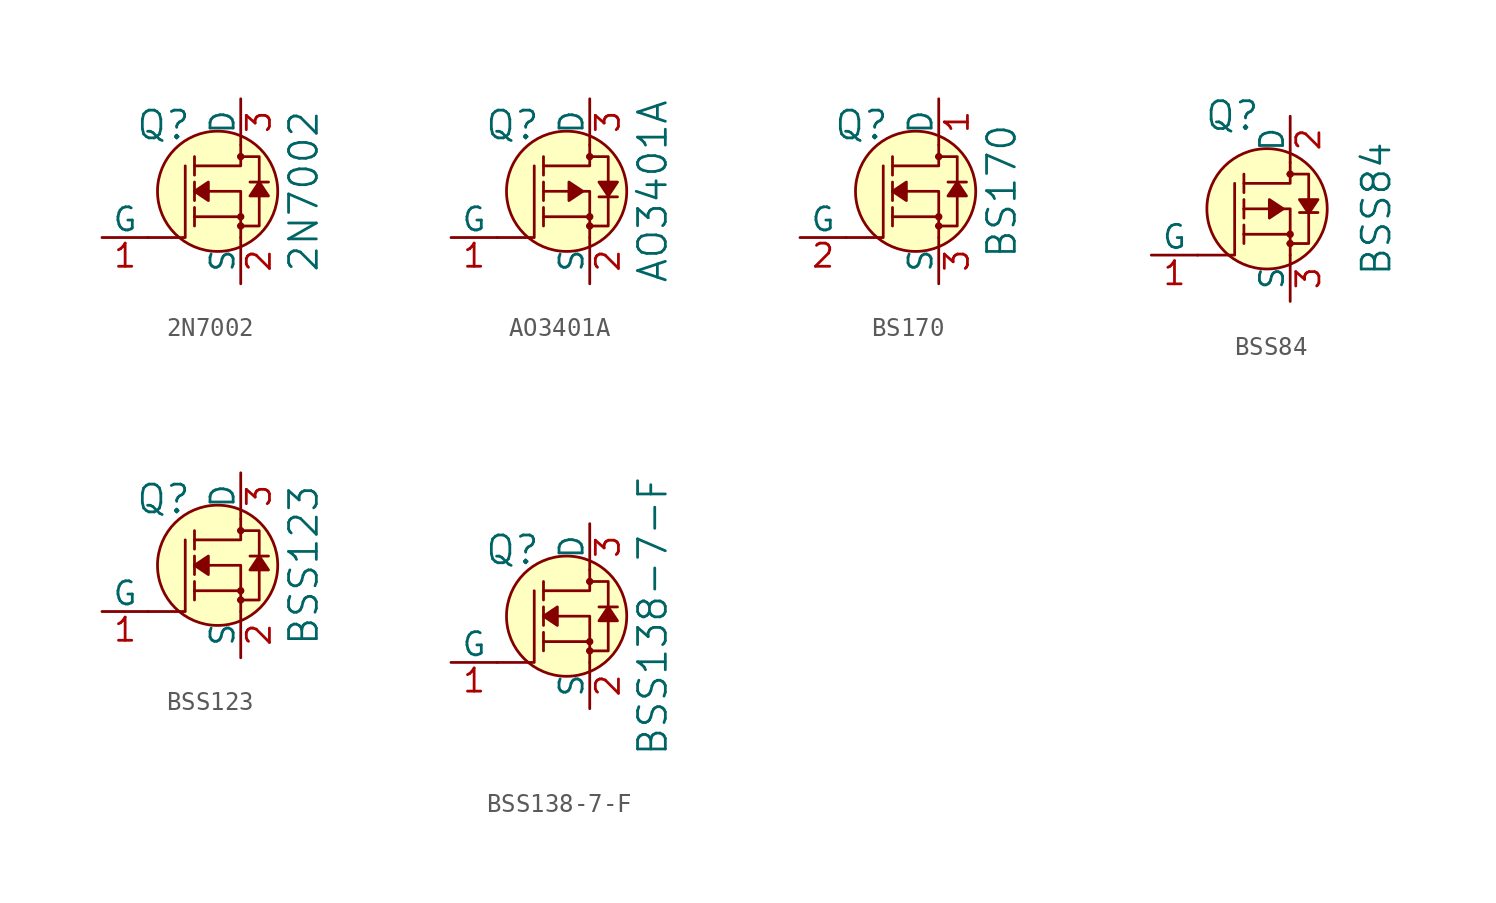
<source format=kicad_sym>
(kicad_symbol_lib
  (version 20201005)
  (generator kicad_symbol_editor)
  (symbol "2N7002"
    (pin_names
      (offset 0))
    (property "Reference" "Q"
      (at -2.692 3.632 0)
      (effects (font (size 1.524 1.524)) (justify right)))
    (property "Value" "2N7002"
      (at 3.454 0 90)
      (effects (font (size 1.524 1.524))))
    (symbol "2N7002_0_1"
      (circle (center -1.27 0) (radius 3.302) (stroke (width 0)) (fill (type background)))
      (circle (center 0 -1.905) (radius 0.127) (stroke (width 0)) (fill (type none)))
      (circle (center 0 -1.397) (radius 0.127) (stroke (width 0)) (fill (type none)))
      (circle (center 0 1.905) (radius 0.127) (stroke (width 0)) (fill (type none)))
      (polyline (pts (xy 0 -1.397) (xy -2.54 -1.397)) (stroke (width 0)) (fill (type none)))
      (polyline (pts (xy -5.08 -2.54) (xy -3.048 -2.54) (xy -3.048 1.397)) (stroke (width 0)) (fill (type none)))
      (polyline (pts (xy 0 -2.54) (xy 0 0) (xy -2.54 0)) (stroke (width 0)) (fill (type none)))
      (polyline (pts (xy 0 2.54) (xy 0 1.397) (xy -2.54 1.397)) (stroke (width 0)) (fill (type none)))
      (polyline (pts (xy -0.127 -1.905) (xy 1.016 -1.905) (xy 1.016 1.397) (xy 1.016 1.905) (xy -0.127 1.905)) (stroke (width 0)) (fill (type none))))
    (symbol "2N7002_1_1"
      (polyline (pts (xy -2.54 -1.397) (xy -2.54 -1.905)) (stroke (width 0)) (fill (type none)))
      (polyline (pts (xy -2.54 -1.397) (xy -2.54 -0.889)) (stroke (width 0)) (fill (type none)))
      (polyline (pts (xy -2.54 0) (xy -2.54 -0.508)) (stroke (width 0)) (fill (type none)))
      (polyline (pts (xy -2.54 0) (xy -2.54 0.508)) (stroke (width 0)) (fill (type none)))
      (polyline (pts (xy -2.54 1.905) (xy -2.54 0.889)) (stroke (width 0)) (fill (type none)))
      (polyline (pts (xy 1.524 0.508) (xy 0.508 0.508)) (stroke (width 0)) (fill (type none)))
      (polyline (pts (xy -2.54 0) (xy -1.778 0.508) (xy -1.778 -0.508) (xy -2.54 0)) (stroke (width 0)) (fill (type outline)))
      (polyline (pts (xy 1.016 0.508) (xy 0.508 -0.254) (xy 1.524 -0.254) (xy 1.016 0.508)) (stroke (width 0)) (fill (type outline)))
      (pin bidirectional line (at -7.62 -2.54 0) (length 2.54) (name "G" (effects (font (size 1.27 1.27)))) (number "1" (effects (font (size 1.27 1.27)))))
      (pin bidirectional line (at 0 -5.08 90) (length 2.54) (name "S" (effects (font (size 1.27 1.27)))) (number "2" (effects (font (size 1.27 1.27)))))
      (pin bidirectional line (at 0 5.08 270) (length 2.54) (name "D" (effects (font (size 1.27 1.27)))) (number "3" (effects (font (size 1.27 1.27)))))))
  (symbol "AO3401A"
    (pin_names
      (offset 0))
    (property "Reference" "Q"
      (at -2.692 3.632 0)
      (effects (font (size 1.524 1.524)) (justify right)))
    (property "Value" "AO3401A"
      (at 3.454 0 90)
      (effects (font (size 1.524 1.524))))
    (symbol "AO3401A_0_1"
      (circle (center -1.27 0) (radius 3.302) (stroke (width 0)) (fill (type background)))
      (circle (center 0 -1.905) (radius 0.127) (stroke (width 0)) (fill (type none)))
      (circle (center 0 -1.397) (radius 0.127) (stroke (width 0)) (fill (type none)))
      (circle (center 0 1.905) (radius 0.127) (stroke (width 0)) (fill (type none)))
      (polyline (pts (xy 0 -1.397) (xy -2.54 -1.397)) (stroke (width 0)) (fill (type none)))
      (polyline (pts (xy -5.08 -2.54) (xy -3.048 -2.54) (xy -3.048 1.397)) (stroke (width 0)) (fill (type none)))
      (polyline (pts (xy 0 -2.54) (xy 0 0) (xy -2.54 0)) (stroke (width 0)) (fill (type none)))
      (polyline (pts (xy 0 2.54) (xy 0 1.397) (xy -2.54 1.397)) (stroke (width 0)) (fill (type none)))
      (polyline (pts (xy -0.127 -1.905) (xy 1.016 -1.905) (xy 1.016 1.397) (xy 1.016 1.905) (xy -0.127 1.905)) (stroke (width 0)) (fill (type none))))
    (symbol "AO3401A_1_1"
      (polyline (pts (xy -2.54 -1.397) (xy -2.54 -1.905)) (stroke (width 0)) (fill (type none)))
      (polyline (pts (xy -2.54 -1.397) (xy -2.54 -0.889)) (stroke (width 0)) (fill (type none)))
      (polyline (pts (xy -2.54 0) (xy -2.54 -0.508)) (stroke (width 0)) (fill (type none)))
      (polyline (pts (xy -2.54 0) (xy -2.54 0.508)) (stroke (width 0)) (fill (type none)))
      (polyline (pts (xy -2.54 1.905) (xy -2.54 0.889)) (stroke (width 0)) (fill (type none)))
      (polyline (pts (xy 1.524 -0.305) (xy 0.508 -0.305)) (stroke (width 0)) (fill (type none)))
      (polyline (pts (xy -0.381 0) (xy -1.143 0.508) (xy -1.143 -0.508) (xy -0.381 0)) (stroke (width 0)) (fill (type outline)))
      (polyline (pts (xy 1.016 -0.254) (xy 0.508 0.508) (xy 1.524 0.508) (xy 1.016 -0.254)) (stroke (width 0)) (fill (type outline)))
      (pin bidirectional line (at -7.62 -2.54 0) (length 2.54) (name "G" (effects (font (size 1.27 1.27)))) (number "1" (effects (font (size 1.27 1.27)))))
      (pin bidirectional line (at 0 -5.08 90) (length 2.54) (name "S" (effects (font (size 1.27 1.27)))) (number "2" (effects (font (size 1.27 1.27)))))
      (pin bidirectional line (at 0 5.08 270) (length 2.54) (name "D" (effects (font (size 1.27 1.27)))) (number "3" (effects (font (size 1.27 1.27)))))))
  (symbol "BS170"
    (pin_names
      (offset 0))
    (property "Reference" "Q"
      (at -2.692 3.632 0)
      (effects (font (size 1.524 1.524)) (justify right)))
    (property "Value" "BS170"
      (at 3.454 0 90)
      (effects (font (size 1.524 1.524))))
    (symbol "BS170_0_1"
      (circle (center -1.27 0) (radius 3.302) (stroke (width 0)) (fill (type background)))
      (circle (center 0 -1.905) (radius 0.127) (stroke (width 0)) (fill (type none)))
      (circle (center 0 -1.397) (radius 0.127) (stroke (width 0)) (fill (type none)))
      (circle (center 0 1.905) (radius 0.127) (stroke (width 0)) (fill (type none)))
      (polyline (pts (xy 0 -1.397) (xy -2.54 -1.397)) (stroke (width 0)) (fill (type none)))
      (polyline (pts (xy -5.08 -2.54) (xy -3.048 -2.54) (xy -3.048 1.397)) (stroke (width 0)) (fill (type none)))
      (polyline (pts (xy 0 -2.54) (xy 0 0) (xy -2.54 0)) (stroke (width 0)) (fill (type none)))
      (polyline (pts (xy 0 2.54) (xy 0 1.397) (xy -2.54 1.397)) (stroke (width 0)) (fill (type none)))
      (polyline (pts (xy -0.127 -1.905) (xy 1.016 -1.905) (xy 1.016 1.397) (xy 1.016 1.905) (xy -0.127 1.905)) (stroke (width 0)) (fill (type none))))
    (symbol "BS170_1_1"
      (polyline (pts (xy -2.54 -1.397) (xy -2.54 -1.905)) (stroke (width 0)) (fill (type none)))
      (polyline (pts (xy -2.54 -1.397) (xy -2.54 -0.889)) (stroke (width 0)) (fill (type none)))
      (polyline (pts (xy -2.54 0) (xy -2.54 -0.508)) (stroke (width 0)) (fill (type none)))
      (polyline (pts (xy -2.54 0) (xy -2.54 0.508)) (stroke (width 0)) (fill (type none)))
      (polyline (pts (xy -2.54 1.905) (xy -2.54 0.889)) (stroke (width 0)) (fill (type none)))
      (polyline (pts (xy 1.524 0.508) (xy 0.508 0.508)) (stroke (width 0)) (fill (type none)))
      (polyline (pts (xy -2.54 0) (xy -1.778 0.508) (xy -1.778 -0.508) (xy -2.54 0)) (stroke (width 0)) (fill (type outline)))
      (polyline (pts (xy 1.016 0.508) (xy 0.508 -0.254) (xy 1.524 -0.254) (xy 1.016 0.508)) (stroke (width 0)) (fill (type outline)))
      (pin bidirectional line (at 0 5.08 270) (length 2.54) (name "D" (effects (font (size 1.27 1.27)))) (number "1" (effects (font (size 1.27 1.27)))))
      (pin bidirectional line (at -7.62 -2.54 0) (length 2.54) (name "G" (effects (font (size 1.27 1.27)))) (number "2" (effects (font (size 1.27 1.27)))))
      (pin bidirectional line (at 0 -5.08 90) (length 2.54) (name "S" (effects (font (size 1.27 1.27)))) (number "3" (effects (font (size 1.27 1.27)))))))
  (symbol "BSS84"
    (pin_names
      (offset 0))
    (property "Reference" "Q"
      (at -1.626 5.105 0)
      (effects (font (size 1.524 1.524)) (justify right)))
    (property "Value" "BSS84"
      (at 4.724 0 90)
      (effects (font (size 1.524 1.524))))
    (symbol "BSS84_0_1"
      (circle (center -1.27 0) (radius 3.302) (stroke (width 0)) (fill (type background)))
      (circle (center 0 -1.905) (radius 0.127) (stroke (width 0)) (fill (type none)))
      (circle (center 0 -1.397) (radius 0.127) (stroke (width 0)) (fill (type none)))
      (circle (center 0 1.905) (radius 0.127) (stroke (width 0)) (fill (type none)))
      (polyline (pts (xy 0 -1.397) (xy -2.54 -1.397)) (stroke (width 0)) (fill (type none)))
      (polyline (pts (xy -5.08 -2.54) (xy -3.048 -2.54) (xy -3.048 1.397)) (stroke (width 0)) (fill (type none)))
      (polyline (pts (xy 0 -2.54) (xy 0 0) (xy -2.54 0)) (stroke (width 0)) (fill (type none)))
      (polyline (pts (xy 0 2.54) (xy 0 1.397) (xy -2.54 1.397)) (stroke (width 0)) (fill (type none)))
      (polyline (pts (xy -0.127 -1.905) (xy 1.016 -1.905) (xy 1.016 1.397) (xy 1.016 1.905) (xy -0.127 1.905)) (stroke (width 0)) (fill (type none))))
    (symbol "BSS84_1_1"
      (polyline (pts (xy -2.54 -1.397) (xy -2.54 -1.905)) (stroke (width 0)) (fill (type none)))
      (polyline (pts (xy -2.54 -1.397) (xy -2.54 -0.889)) (stroke (width 0)) (fill (type none)))
      (polyline (pts (xy -2.54 0) (xy -2.54 -0.508)) (stroke (width 0)) (fill (type none)))
      (polyline (pts (xy -2.54 0) (xy -2.54 0.508)) (stroke (width 0)) (fill (type none)))
      (polyline (pts (xy -2.54 1.905) (xy -2.54 0.889)) (stroke (width 0)) (fill (type none)))
      (polyline (pts (xy 1.524 -0.203) (xy 0.508 -0.203)) (stroke (width 0)) (fill (type none)))
      (polyline (pts (xy -0.381 0) (xy -1.143 0.508) (xy -1.143 -0.508) (xy -0.381 0)) (stroke (width 0)) (fill (type outline)))
      (polyline (pts (xy 1.016 -0.254) (xy 1.524 0.508) (xy 0.508 0.508) (xy 1.016 -0.254)) (stroke (width 0)) (fill (type outline)))
      (pin bidirectional line (at -7.62 -2.54 0) (length 2.54) (name "G" (effects (font (size 1.27 1.27)))) (number "1" (effects (font (size 1.27 1.27)))))
      (pin bidirectional line (at 0 5.08 270) (length 2.54) (name "D" (effects (font (size 1.27 1.27)))) (number "2" (effects (font (size 1.27 1.27)))))
      (pin bidirectional line (at 0 -5.08 90) (length 2.54) (name "S" (effects (font (size 1.27 1.27)))) (number "3" (effects (font (size 1.27 1.27)))))))
  (symbol "BSS123"
    (pin_names
      (offset 0))
    (property "Reference" "Q"
      (at -2.692 3.632 0)
      (effects (font (size 1.524 1.524)) (justify right)))
    (property "Value" "BSS123"
      (at 3.454 0 90)
      (effects (font (size 1.524 1.524))))
    (symbol "BSS123_0_1"
      (circle (center -1.27 0) (radius 3.302) (stroke (width 0)) (fill (type background)))
      (circle (center 0 -1.905) (radius 0.127) (stroke (width 0)) (fill (type none)))
      (circle (center 0 -1.397) (radius 0.127) (stroke (width 0)) (fill (type none)))
      (circle (center 0 1.905) (radius 0.127) (stroke (width 0)) (fill (type none)))
      (polyline (pts (xy 0 -1.397) (xy -2.54 -1.397)) (stroke (width 0)) (fill (type none)))
      (polyline (pts (xy -5.08 -2.54) (xy -3.048 -2.54) (xy -3.048 1.397)) (stroke (width 0)) (fill (type none)))
      (polyline (pts (xy 0 -2.54) (xy 0 0) (xy -2.54 0)) (stroke (width 0)) (fill (type none)))
      (polyline (pts (xy 0 2.54) (xy 0 1.397) (xy -2.54 1.397)) (stroke (width 0)) (fill (type none)))
      (polyline (pts (xy -0.127 -1.905) (xy 1.016 -1.905) (xy 1.016 1.397) (xy 1.016 1.905) (xy -0.127 1.905)) (stroke (width 0)) (fill (type none))))
    (symbol "BSS123_1_1"
      (polyline (pts (xy -2.54 -1.397) (xy -2.54 -1.905)) (stroke (width 0)) (fill (type none)))
      (polyline (pts (xy -2.54 -1.397) (xy -2.54 -0.889)) (stroke (width 0)) (fill (type none)))
      (polyline (pts (xy -2.54 0) (xy -2.54 -0.508)) (stroke (width 0)) (fill (type none)))
      (polyline (pts (xy -2.54 0) (xy -2.54 0.508)) (stroke (width 0)) (fill (type none)))
      (polyline (pts (xy -2.54 1.905) (xy -2.54 0.889)) (stroke (width 0)) (fill (type none)))
      (polyline (pts (xy 1.524 0.508) (xy 0.508 0.508)) (stroke (width 0)) (fill (type none)))
      (polyline (pts (xy -2.54 0) (xy -1.778 0.508) (xy -1.778 -0.508) (xy -2.54 0)) (stroke (width 0)) (fill (type outline)))
      (polyline (pts (xy 1.016 0.508) (xy 0.508 -0.254) (xy 1.524 -0.254) (xy 1.016 0.508)) (stroke (width 0)) (fill (type outline)))
      (pin bidirectional line (at -7.62 -2.54 0) (length 2.54) (name "G" (effects (font (size 1.27 1.27)))) (number "1" (effects (font (size 1.27 1.27)))))
      (pin bidirectional line (at 0 -5.08 90) (length 2.54) (name "S" (effects (font (size 1.27 1.27)))) (number "2" (effects (font (size 1.27 1.27)))))
      (pin bidirectional line (at 0 5.08 270) (length 2.54) (name "D" (effects (font (size 1.27 1.27)))) (number "3" (effects (font (size 1.27 1.27)))))))
  (symbol "BSS138-7-F"
    (pin_names
      (offset 0))
    (property "Reference" "Q"
      (at -2.692 3.632 0)
      (effects (font (size 1.524 1.524)) (justify right)))
    (property "Value" "BSS138-7-F"
      (at 3.454 0 90)
      (effects (font (size 1.524 1.524))))
    (symbol "BSS138-7-F_0_1"
      (circle (center -1.27 0) (radius 3.302) (stroke (width 0)) (fill (type background)))
      (circle (center 0 -1.905) (radius 0.127) (stroke (width 0)) (fill (type none)))
      (circle (center 0 -1.397) (radius 0.127) (stroke (width 0)) (fill (type none)))
      (circle (center 0 1.905) (radius 0.127) (stroke (width 0)) (fill (type none)))
      (polyline (pts (xy 0 -1.397) (xy -2.54 -1.397)) (stroke (width 0)) (fill (type none)))
      (polyline (pts (xy -5.08 -2.54) (xy -3.048 -2.54) (xy -3.048 1.397)) (stroke (width 0)) (fill (type none)))
      (polyline (pts (xy 0 -2.54) (xy 0 0) (xy -2.54 0)) (stroke (width 0)) (fill (type none)))
      (polyline (pts (xy 0 2.54) (xy 0 1.397) (xy -2.54 1.397)) (stroke (width 0)) (fill (type none)))
      (polyline (pts (xy -0.127 -1.905) (xy 1.016 -1.905) (xy 1.016 1.397) (xy 1.016 1.905) (xy -0.127 1.905)) (stroke (width 0)) (fill (type none))))
    (symbol "BSS138-7-F_1_1"
      (polyline (pts (xy -2.54 -1.397) (xy -2.54 -1.905)) (stroke (width 0)) (fill (type none)))
      (polyline (pts (xy -2.54 -1.397) (xy -2.54 -0.889)) (stroke (width 0)) (fill (type none)))
      (polyline (pts (xy -2.54 0) (xy -2.54 -0.508)) (stroke (width 0)) (fill (type none)))
      (polyline (pts (xy -2.54 0) (xy -2.54 0.508)) (stroke (width 0)) (fill (type none)))
      (polyline (pts (xy -2.54 1.905) (xy -2.54 0.889)) (stroke (width 0)) (fill (type none)))
      (polyline (pts (xy 1.524 0.508) (xy 0.508 0.508)) (stroke (width 0)) (fill (type none)))
      (polyline (pts (xy -2.54 0) (xy -1.778 0.508) (xy -1.778 -0.508) (xy -2.54 0)) (stroke (width 0)) (fill (type outline)))
      (polyline (pts (xy 1.016 0.508) (xy 0.508 -0.254) (xy 1.524 -0.254) (xy 1.016 0.508)) (stroke (width 0)) (fill (type outline)))
      (pin bidirectional line (at -7.62 -2.54 0) (length 2.54) (name "G" (effects (font (size 1.27 1.27)))) (number "1" (effects (font (size 1.27 1.27)))))
      (pin bidirectional line (at 0 -5.08 90) (length 2.54) (name "S" (effects (font (size 1.27 1.27)))) (number "2" (effects (font (size 1.27 1.27)))))
      (pin bidirectional line (at 0 5.08 270) (length 2.54) (name "D" (effects (font (size 1.27 1.27)))) (number "3" (effects (font (size 1.27 1.27))))))))
</source>
